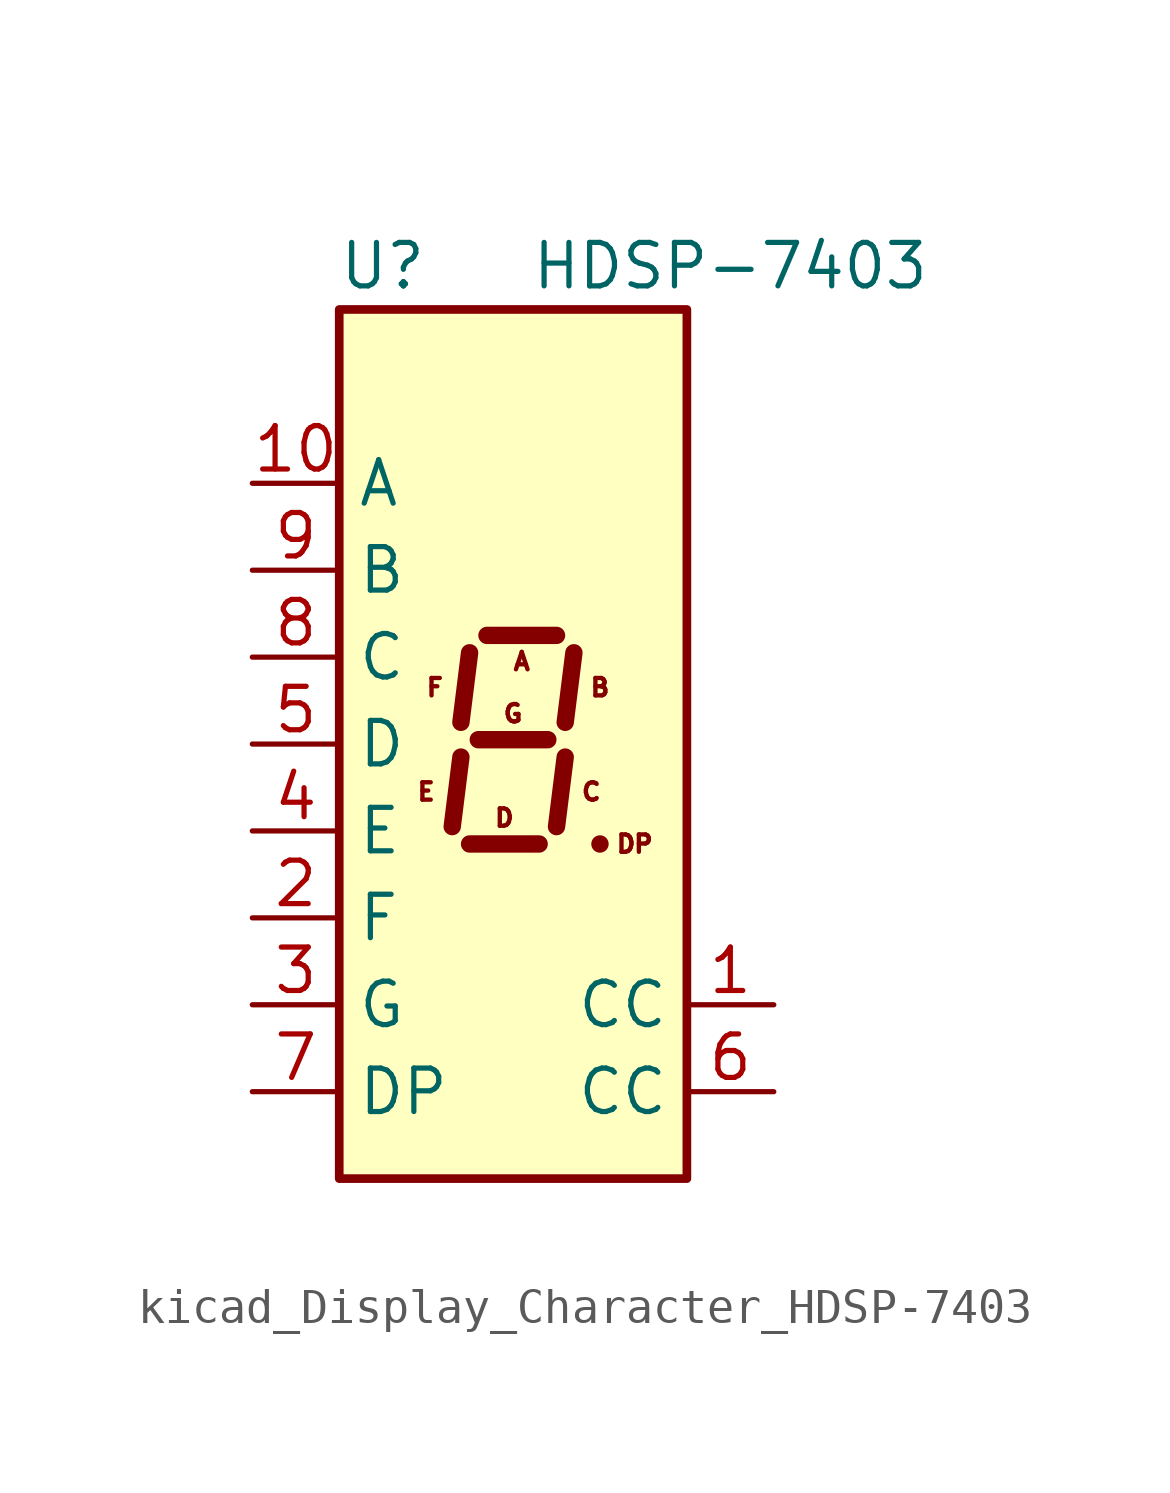
<source format=kicad_sym>
(kicad_symbol_lib
  (version 20220914)
  (generator kicad_symbol_editor)
  (symbol "kicad_Display_Character_HDSP-7403"
    (property "Reference" "U"
      (at -3.81 13.97 0)
      (effects (font (size 1.27 1.27))))
    (property "Value" "HDSP-7403"
      (at 6.35 13.97 0)
      (effects (font (size 1.27 1.27))))
    (symbol "kicad_Display_Character_HDSP-7403_1_0"
      (text "A" (at 0.254 2.413 0) (effects (font (size 0.508 0.508))))
      (text "B" (at 2.54 1.651 0) (effects (font (size 0.508 0.508))))
      (text "C" (at 2.286 -1.397 0) (effects (font (size 0.508 0.508))))
      (text "D" (at -0.254 -2.159 0) (effects (font (size 0.508 0.508))))
      (text "DP" (at 3.556 -2.921 0) (effects (font (size 0.508 0.508))))
      (text "E" (at -2.54 -1.397 0) (effects (font (size 0.508 0.508))))
      (text "F" (at -2.286 1.651 0) (effects (font (size 0.508 0.508))))
      (text "G" (at 0 0.889 0) (effects (font (size 0.508 0.508)))))
    (symbol "kicad_Display_Character_HDSP-7403_1_1"
      (rectangle (start -5.08 12.7) (end 5.08 -12.7) (stroke (width 0.254) (type default)) (fill (type background)))
      (polyline (pts (xy -1.524 -0.381) (xy -1.778 -2.413)) (stroke (width 0.508) (type default)) (fill (type none)))
      (polyline (pts (xy -1.27 -2.921) (xy 0.762 -2.921)) (stroke (width 0.508) (type default)) (fill (type none)))
      (polyline (pts (xy -1.27 2.667) (xy -1.524 0.635)) (stroke (width 0.508) (type default)) (fill (type none)))
      (polyline (pts (xy -1.016 0.127) (xy 1.016 0.127)) (stroke (width 0.508) (type default)) (fill (type none)))
      (polyline (pts (xy -0.762 3.175) (xy 1.27 3.175)) (stroke (width 0.508) (type default)) (fill (type none)))
      (polyline (pts (xy 1.524 -0.381) (xy 1.27 -2.413)) (stroke (width 0.508) (type default)) (fill (type none)))
      (polyline (pts (xy 1.778 2.667) (xy 1.524 0.635)) (stroke (width 0.508) (type default)) (fill (type none)))
      (polyline (pts (xy 2.54 -2.921) (xy 2.54 -2.921)) (stroke (width 0.508) (type default)) (fill (type none)))
      (pin input line (at 7.62 -7.62 180) (length 2.54) (name "CC" (effects (font (size 1.27 1.27)))) (number "1" (effects (font (size 1.27 1.27)))))
      (pin input line (at -7.62 7.62 0) (length 2.54) (name "A" (effects (font (size 1.27 1.27)))) (number "10" (effects (font (size 1.27 1.27)))))
      (pin input line (at -7.62 -5.08 0) (length 2.54) (name "F" (effects (font (size 1.27 1.27)))) (number "2" (effects (font (size 1.27 1.27)))))
      (pin input line (at -7.62 -7.62 0) (length 2.54) (name "G" (effects (font (size 1.27 1.27)))) (number "3" (effects (font (size 1.27 1.27)))))
      (pin input line (at -7.62 -2.54 0) (length 2.54) (name "E" (effects (font (size 1.27 1.27)))) (number "4" (effects (font (size 1.27 1.27)))))
      (pin input line (at -7.62 0 0) (length 2.54) (name "D" (effects (font (size 1.27 1.27)))) (number "5" (effects (font (size 1.27 1.27)))))
      (pin input line (at 7.62 -10.16 180) (length 2.54) (name "CC" (effects (font (size 1.27 1.27)))) (number "6" (effects (font (size 1.27 1.27)))))
      (pin input line (at -7.62 -10.16 0) (length 2.54) (name "DP" (effects (font (size 1.27 1.27)))) (number "7" (effects (font (size 1.27 1.27)))))
      (pin input line (at -7.62 2.54 0) (length 2.54) (name "C" (effects (font (size 1.27 1.27)))) (number "8" (effects (font (size 1.27 1.27)))))
      (pin input line (at -7.62 5.08 0) (length 2.54) (name "B" (effects (font (size 1.27 1.27)))) (number "9" (effects (font (size 1.27 1.27))))))))
</source>
